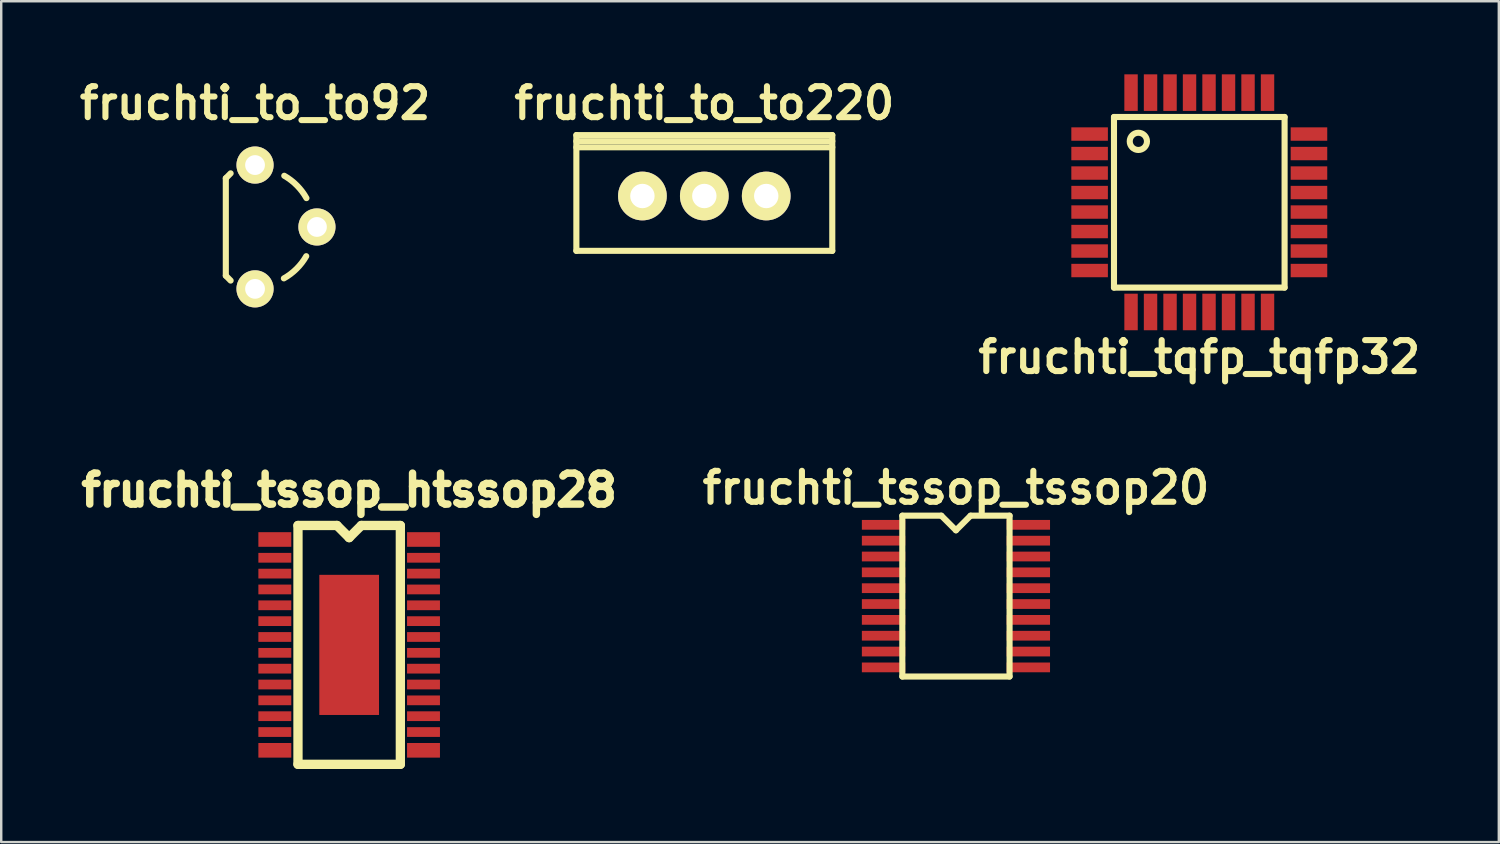
<source format=kicad_pcb>
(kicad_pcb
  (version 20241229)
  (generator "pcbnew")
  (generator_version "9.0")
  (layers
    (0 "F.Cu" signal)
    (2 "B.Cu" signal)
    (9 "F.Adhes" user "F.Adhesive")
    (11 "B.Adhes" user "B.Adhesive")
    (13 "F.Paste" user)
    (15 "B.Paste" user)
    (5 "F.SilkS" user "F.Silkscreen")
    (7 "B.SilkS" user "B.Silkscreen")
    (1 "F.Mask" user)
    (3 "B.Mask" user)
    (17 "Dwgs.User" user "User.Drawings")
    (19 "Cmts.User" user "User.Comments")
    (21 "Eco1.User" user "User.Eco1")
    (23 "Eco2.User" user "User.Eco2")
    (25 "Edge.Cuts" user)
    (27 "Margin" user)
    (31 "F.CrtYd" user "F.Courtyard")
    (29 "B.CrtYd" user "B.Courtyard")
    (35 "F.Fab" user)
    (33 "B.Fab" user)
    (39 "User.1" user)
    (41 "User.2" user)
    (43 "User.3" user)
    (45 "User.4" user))
  (footprint "fruchti_to_to92"
    (layer "F.Cu")
    (at 7.414 6.262)
    (property "Reference" "fruchti_to_to92" (at 0 -5.08 0) (layer "F.SilkS") (effects (font (size 1.27 1.27) (thickness 0.25))))
    (attr through_hole)
    (fp_line (start -1.199 -1.999) (end -1.001 -2.2) (stroke (width 0.25) (type solid)) (layer "F.SilkS"))
    (fp_line (start -1.199 1.999) (end -1.199 -1.999) (stroke (width 0.25) (type solid)) (layer "F.SilkS"))
    (fp_line (start -1.199 1.999) (end -1.001 2.2) (stroke (width 0.25) (type solid)) (layer "F.SilkS"))
    (fp_arc (start 1.19888 -2.10058) (mid 1.716633 -1.703796) (end 2.109519 -1.18308) (stroke (width 0.25) (type solid)) (layer "F.SilkS"))
    (fp_arc (start 2.10058 1.19888) (mid 1.703796 1.716633) (end 1.18308 2.109519) (stroke (width 0.25) (type solid)) (layer "F.SilkS"))
    (pad "1" thru_hole circle (at 0 -2.54) (size 1.524 1.524) (drill 0.813) (layers "*.Cu" "*.Mask" "F.SilkS"))
    (pad "2" thru_hole circle (at 2.54 0) (size 1.524 1.524) (drill 0.813) (layers "*.Cu" "*.Mask" "F.SilkS"))
    (pad "3" thru_hole circle (at 0 2.54) (size 1.524 1.524) (drill 0.813) (layers "*.Cu" "*.Mask" "F.SilkS")))
  (footprint "fruchti_to_to220"
    (layer "F.Cu")
    (at 25.848 4.992)
    (property "Reference" "fruchti_to_to220" (at 0 -3.81 0) (layer "F.SilkS") (effects (font (size 1.27 1.27) (thickness 0.25))))
    (attr through_hole)
    (fp_line (start -5.25 -2.499) (end 5.25 -2.499) (stroke (width 0.25) (type solid)) (layer "F.SilkS"))
    (fp_line (start -5.25 -1.999) (end 5.25 -1.999) (stroke (width 0.25) (type solid)) (layer "F.SilkS"))
    (fp_line (start -5.25 2.25) (end -5.25 -2.499) (stroke (width 0.25) (type solid)) (layer "F.SilkS"))
    (fp_line (start -5.25 2.25) (end 5.25 2.25) (stroke (width 0.25) (type solid)) (layer "F.SilkS"))
    (fp_line (start 5.25 -2.25) (end -5.25 -2.25) (stroke (width 0.25) (type solid)) (layer "F.SilkS"))
    (fp_line (start 5.25 2.25) (end 5.25 -2.499) (stroke (width 0.25) (type solid)) (layer "F.SilkS"))
    (pad "1" thru_hole circle (at -2.54 0) (size 1.999 1.999) (drill 1.001) (layers "*.Cu" "*.Mask" "F.SilkS"))
    (pad "2" thru_hole circle (at 0 0) (size 1.999 1.999) (drill 1.001) (layers "*.Cu" "*.Mask" "F.SilkS"))
    (pad "3" thru_hole circle (at 2.54 0) (size 1.999 1.999) (drill 1.001) (layers "*.Cu" "*.Mask" "F.SilkS")))
  (footprint "fruchti_tqfp_tqfp32"
    (layer "F.Cu")
    (at 46.156 5.25)
    (property "Reference" "fruchti_tqfp_tqfp32" (at 0 6.35 0) (layer "F.SilkS") (effects (font (size 1.27 1.27) (thickness 0.25))))
    (attr through_hole)
    (fp_line (start -3.5 -3.5) (end -3.5 3.5) (stroke (width 0.25) (type solid)) (layer "F.SilkS"))
    (fp_line (start -3.5 3.5) (end 3.5 3.5) (stroke (width 0.25) (type solid)) (layer "F.SilkS"))
    (fp_line (start 3.5 -3.5) (end -3.5 -3.5) (stroke (width 0.25) (type solid)) (layer "F.SilkS"))
    (fp_line (start 3.5 3.5) (end 3.5 -3.5) (stroke (width 0.25) (type solid)) (layer "F.SilkS"))
    (fp_circle (center -2.5 -2.5) (end -2.75 -2.75) (stroke (width 0.25) (type solid)) (fill no) (layer "F.SilkS"))
    (pad "1" smd rect (at -4.5 -2.8) (size 1.5 0.55) (layers "F.Cu" "F.Mask" "F.Paste"))
    (pad "2" smd rect (at -4.5 -2) (size 1.5 0.55) (layers "F.Cu" "F.Mask" "F.Paste"))
    (pad "3" smd rect (at -4.5 -1.2) (size 1.5 0.55) (layers "F.Cu" "F.Mask" "F.Paste"))
    (pad "4" smd rect (at -4.5 -0.4) (size 1.5 0.55) (layers "F.Cu" "F.Mask" "F.Paste"))
    (pad "5" smd rect (at -4.5 0.4) (size 1.5 0.55) (layers "F.Cu" "F.Mask" "F.Paste"))
    (pad "6" smd rect (at -4.5 1.2) (size 1.5 0.55) (layers "F.Cu" "F.Mask" "F.Paste"))
    (pad "7" smd rect (at -4.5 2) (size 1.5 0.55) (layers "F.Cu" "F.Mask" "F.Paste"))
    (pad "8" smd rect (at -4.5 2.8) (size 1.5 0.55) (layers "F.Cu" "F.Mask" "F.Paste"))
    (pad "9" smd rect (at -2.8 4.5 90) (size 1.5 0.55) (layers "F.Cu" "F.Mask" "F.Paste"))
    (pad "10" smd rect (at -2 4.5 90) (size 1.5 0.55) (layers "F.Cu" "F.Mask" "F.Paste"))
    (pad "11" smd rect (at -1.2 4.5 90) (size 1.5 0.55) (layers "F.Cu" "F.Mask" "F.Paste"))
    (pad "12" smd rect (at -0.4 4.5 90) (size 1.5 0.55) (layers "F.Cu" "F.Mask" "F.Paste"))
    (pad "13" smd rect (at 0.4 4.5 90) (size 1.5 0.55) (layers "F.Cu" "F.Mask" "F.Paste"))
    (pad "14" smd rect (at 1.2 4.5 90) (size 1.5 0.55) (layers "F.Cu" "F.Mask" "F.Paste"))
    (pad "15" smd rect (at 2 4.5 90) (size 1.5 0.55) (layers "F.Cu" "F.Mask" "F.Paste"))
    (pad "16" smd rect (at 2.8 4.5 90) (size 1.5 0.55) (layers "F.Cu" "F.Mask" "F.Paste"))
    (pad "17" smd rect (at 4.5 2.8) (size 1.5 0.55) (layers "F.Cu" "F.Mask" "F.Paste"))
    (pad "18" smd rect (at 4.5 2) (size 1.5 0.55) (layers "F.Cu" "F.Mask" "F.Paste"))
    (pad "19" smd rect (at 4.5 1.2) (size 1.5 0.55) (layers "F.Cu" "F.Mask" "F.Paste"))
    (pad "20" smd rect (at 4.5 0.4) (size 1.5 0.55) (layers "F.Cu" "F.Mask" "F.Paste"))
    (pad "21" smd rect (at 4.5 -0.4) (size 1.5 0.55) (layers "F.Cu" "F.Mask" "F.Paste"))
    (pad "22" smd rect (at 4.5 -1.2) (size 1.5 0.55) (layers "F.Cu" "F.Mask" "F.Paste"))
    (pad "23" smd rect (at 4.5 -2) (size 1.5 0.55) (layers "F.Cu" "F.Mask" "F.Paste"))
    (pad "24" smd rect (at 4.5 -2.8) (size 1.5 0.55) (layers "F.Cu" "F.Mask" "F.Paste"))
    (pad "25" smd rect (at 2.8 -4.5 90) (size 1.5 0.55) (layers "F.Cu" "F.Mask" "F.Paste"))
    (pad "26" smd rect (at 2 -4.5 90) (size 1.5 0.55) (layers "F.Cu" "F.Mask" "F.Paste"))
    (pad "27" smd rect (at 1.2 -4.5 90) (size 1.5 0.55) (layers "F.Cu" "F.Mask" "F.Paste"))
    (pad "28" smd rect (at 0.4 -4.5 90) (size 1.5 0.55) (layers "F.Cu" "F.Mask" "F.Paste"))
    (pad "29" smd rect (at -0.4 -4.5 90) (size 1.5 0.55) (layers "F.Cu" "F.Mask" "F.Paste"))
    (pad "30" smd rect (at -1.2 -4.5 90) (size 1.5 0.55) (layers "F.Cu" "F.Mask" "F.Paste"))
    (pad "31" smd rect (at -2 -4.5 90) (size 1.5 0.55) (layers "F.Cu" "F.Mask" "F.Paste"))
    (pad "32" smd rect (at -2.8 -4.5 90) (size 1.5 0.55) (layers "F.Cu" "F.Mask" "F.Paste")))
  (footprint "fruchti_tssop_tssop20"
    (layer "F.Cu")
    (at 36.172 21.408)
    (property "Reference" "fruchti_tssop_tssop20" (at 0 -4.445 0) (layer "F.SilkS") (effects (font (size 1.27 1.27) (thickness 0.25))))
    (attr through_hole)
    (fp_line (start -2.2 -3.3) (end -2.2 3.3) (stroke (width 0.25) (type solid)) (layer "F.SilkS"))
    (fp_line (start -2.2 3.3) (end 2.2 3.3) (stroke (width 0.25) (type solid)) (layer "F.SilkS"))
    (fp_line (start -0.6 -3.3) (end -2.2 -3.3) (stroke (width 0.25) (type solid)) (layer "F.SilkS"))
    (fp_line (start 0 -2.7) (end -0.6 -3.3) (stroke (width 0.25) (type solid)) (layer "F.SilkS"))
    (fp_line (start 0.6 -3.3) (end 0 -2.7) (stroke (width 0.25) (type solid)) (layer "F.SilkS"))
    (fp_line (start 2.2 -3.3) (end 0.6 -3.3) (stroke (width 0.25) (type solid)) (layer "F.SilkS"))
    (fp_line (start 2.2 3.3) (end 2.2 -3.3) (stroke (width 0.25) (type solid)) (layer "F.SilkS"))
    (pad "1" smd rect (at -2.97 -2.925) (size 1.78 0.4) (layers "F.Cu" "F.Mask" "F.Paste"))
    (pad "2" smd rect (at -2.97 -2.275) (size 1.78 0.4) (layers "F.Cu" "F.Mask" "F.Paste"))
    (pad "3" smd rect (at -2.97 -1.625) (size 1.78 0.4) (layers "F.Cu" "F.Mask" "F.Paste"))
    (pad "4" smd rect (at -2.97 -0.975) (size 1.78 0.4) (layers "F.Cu" "F.Mask" "F.Paste"))
    (pad "5" smd rect (at -2.97 -0.325) (size 1.78 0.4) (layers "F.Cu" "F.Mask" "F.Paste"))
    (pad "6" smd rect (at -2.97 0.325) (size 1.78 0.4) (layers "F.Cu" "F.Mask" "F.Paste"))
    (pad "7" smd rect (at -2.97 0.975) (size 1.78 0.4) (layers "F.Cu" "F.Mask" "F.Paste"))
    (pad "8" smd rect (at -2.97 1.625) (size 1.78 0.4) (layers "F.Cu" "F.Mask" "F.Paste"))
    (pad "9" smd rect (at -2.97 2.275) (size 1.78 0.4) (layers "F.Cu" "F.Mask" "F.Paste"))
    (pad "10" smd rect (at -2.97 2.925) (size 1.78 0.4) (layers "F.Cu" "F.Mask" "F.Paste"))
    (pad "11" smd rect (at 2.97 2.925) (size 1.78 0.4) (layers "F.Cu" "F.Mask" "F.Paste"))
    (pad "12" smd rect (at 2.97 2.275) (size 1.78 0.4) (layers "F.Cu" "F.Mask" "F.Paste"))
    (pad "13" smd rect (at 2.97 1.625) (size 1.78 0.4) (layers "F.Cu" "F.Mask" "F.Paste"))
    (pad "14" smd rect (at 2.97 0.975) (size 1.78 0.4) (layers "F.Cu" "F.Mask" "F.Paste"))
    (pad "15" smd rect (at 2.97 0.325) (size 1.78 0.4) (layers "F.Cu" "F.Mask" "F.Paste"))
    (pad "16" smd rect (at 2.97 -0.325) (size 1.78 0.4) (layers "F.Cu" "F.Mask" "F.Paste"))
    (pad "17" smd rect (at 2.97 -0.975) (size 1.78 0.4) (layers "F.Cu" "F.Mask" "F.Paste"))
    (pad "18" smd rect (at 2.97 -1.625) (size 1.78 0.4) (layers "F.Cu" "F.Mask" "F.Paste"))
    (pad "19" smd rect (at 2.97 -2.275) (size 1.78 0.4) (layers "F.Cu" "F.Mask" "F.Paste"))
    (pad "20" smd rect (at 2.97 -2.925) (size 1.78 0.4) (layers "F.Cu" "F.Mask" "F.Paste")))
  (footprint "fruchti_tssop_htssop28"
    (layer "F.Cu")
    (at 11.276 23.41)
    (property "Reference" "fruchti_tssop_htssop28" (at 0 -6.35 0) (layer "F.SilkS") (effects (font (size 1.27 1.27) (thickness 0.305))))
    (attr through_hole)
    (fp_line (start -2.1 -4.9) (end -2.1 4.9) (stroke (width 0.381) (type solid)) (layer "F.SilkS"))
    (fp_line (start -2.1 4.9) (end 2.1 4.9) (stroke (width 0.381) (type solid)) (layer "F.SilkS"))
    (fp_line (start -0.5 -4.9) (end -2.1 -4.9) (stroke (width 0.381) (type solid)) (layer "F.SilkS"))
    (fp_line (start 0 -4.401) (end -0.5 -4.901) (stroke (width 0.381) (type solid)) (layer "F.SilkS"))
    (fp_line (start 0.5 -4.9) (end 2.1 -4.9) (stroke (width 0.381) (type solid)) (layer "F.SilkS"))
    (fp_line (start 0.5 -4.901) (end 0 -4.401) (stroke (width 0.381) (type solid)) (layer "F.SilkS"))
    (fp_line (start 2.1 4.9) (end 2.1 -4.9) (stroke (width 0.381) (type solid)) (layer "F.SilkS"))
    (pad "1" smd rect (at -3.05 -4.325) (size 1.35 0.6) (layers "F.Cu" "F.Mask" "F.Paste"))
    (pad "2" smd rect (at -3.05 -3.575) (size 1.35 0.4) (layers "F.Cu" "F.Mask" "F.Paste"))
    (pad "3" smd rect (at -3.05 -2.925) (size 1.35 0.4) (layers "F.Cu" "F.Mask" "F.Paste"))
    (pad "4" smd rect (at -3.05 -2.275) (size 1.35 0.4) (layers "F.Cu" "F.Mask" "F.Paste"))
    (pad "5" smd rect (at -3.05 -1.625) (size 1.35 0.4) (layers "F.Cu" "F.Mask" "F.Paste"))
    (pad "6" smd rect (at -3.05 -0.975) (size 1.35 0.4) (layers "F.Cu" "F.Mask" "F.Paste"))
    (pad "7" smd rect (at -3.05 -0.325) (size 1.35 0.4) (layers "F.Cu" "F.Mask" "F.Paste"))
    (pad "8" smd rect (at -3.05 0.325) (size 1.35 0.4) (layers "F.Cu" "F.Mask" "F.Paste"))
    (pad "9" smd rect (at -3.05 0.975) (size 1.35 0.4) (layers "F.Cu" "F.Mask" "F.Paste"))
    (pad "10" smd rect (at -3.05 1.625) (size 1.35 0.4) (layers "F.Cu" "F.Mask" "F.Paste"))
    (pad "11" smd rect (at -3.05 2.275) (size 1.35 0.4) (layers "F.Cu" "F.Mask" "F.Paste"))
    (pad "12" smd rect (at -3.05 2.925) (size 1.35 0.4) (layers "F.Cu" "F.Mask" "F.Paste"))
    (pad "13" smd rect (at -3.05 3.575) (size 1.35 0.4) (layers "F.Cu" "F.Mask" "F.Paste"))
    (pad "14" smd rect (at -3.05 4.325) (size 1.35 0.6) (layers "F.Cu" "F.Mask" "F.Paste"))
    (pad "15" smd rect (at 3.05 4.325) (size 1.35 0.6) (layers "F.Cu" "F.Mask" "F.Paste"))
    (pad "16" smd rect (at 3.05 3.575) (size 1.35 0.4) (layers "F.Cu" "F.Mask" "F.Paste"))
    (pad "17" smd rect (at 3.05 2.925) (size 1.35 0.4) (layers "F.Cu" "F.Mask" "F.Paste"))
    (pad "18" smd rect (at 3.05 2.275) (size 1.35 0.4) (layers "F.Cu" "F.Mask" "F.Paste"))
    (pad "19" smd rect (at 3.05 1.625) (size 1.35 0.4) (layers "F.Cu" "F.Mask" "F.Paste"))
    (pad "20" smd rect (at 3.05 0.975) (size 1.35 0.4) (layers "F.Cu" "F.Mask" "F.Paste"))
    (pad "21" smd rect (at 3.05 0.325) (size 1.35 0.4) (layers "F.Cu" "F.Mask" "F.Paste"))
    (pad "22" smd rect (at 3.05 -0.325) (size 1.35 0.4) (layers "F.Cu" "F.Mask" "F.Paste"))
    (pad "23" smd rect (at 3.05 -0.975) (size 1.35 0.4) (layers "F.Cu" "F.Mask" "F.Paste"))
    (pad "24" smd rect (at 3.05 -1.625) (size 1.35 0.4) (layers "F.Cu" "F.Mask" "F.Paste"))
    (pad "25" smd rect (at 3.05 -2.275) (size 1.35 0.4) (layers "F.Cu" "F.Mask" "F.Paste"))
    (pad "26" smd rect (at 3.05 -2.925) (size 1.35 0.4) (layers "F.Cu" "F.Mask" "F.Paste"))
    (pad "27" smd rect (at 3.05 -3.575) (size 1.35 0.4) (layers "F.Cu" "F.Mask" "F.Paste"))
    (pad "28" smd rect (at 3.05 -4.325) (size 1.35 0.6) (layers "F.Cu" "F.Mask" "F.Paste"))
    (pad "T" smd rect (at 0 0) (size 2.45 5.75) (layers "F.Cu" "F.Mask" "F.Paste")))
  (gr_rect
    (start -3 -3)
    (end 58.446 31.5)
    (stroke (width 0.1) (type default))
    (fill no)
    (layer "Edge.Cuts")))
</source>
